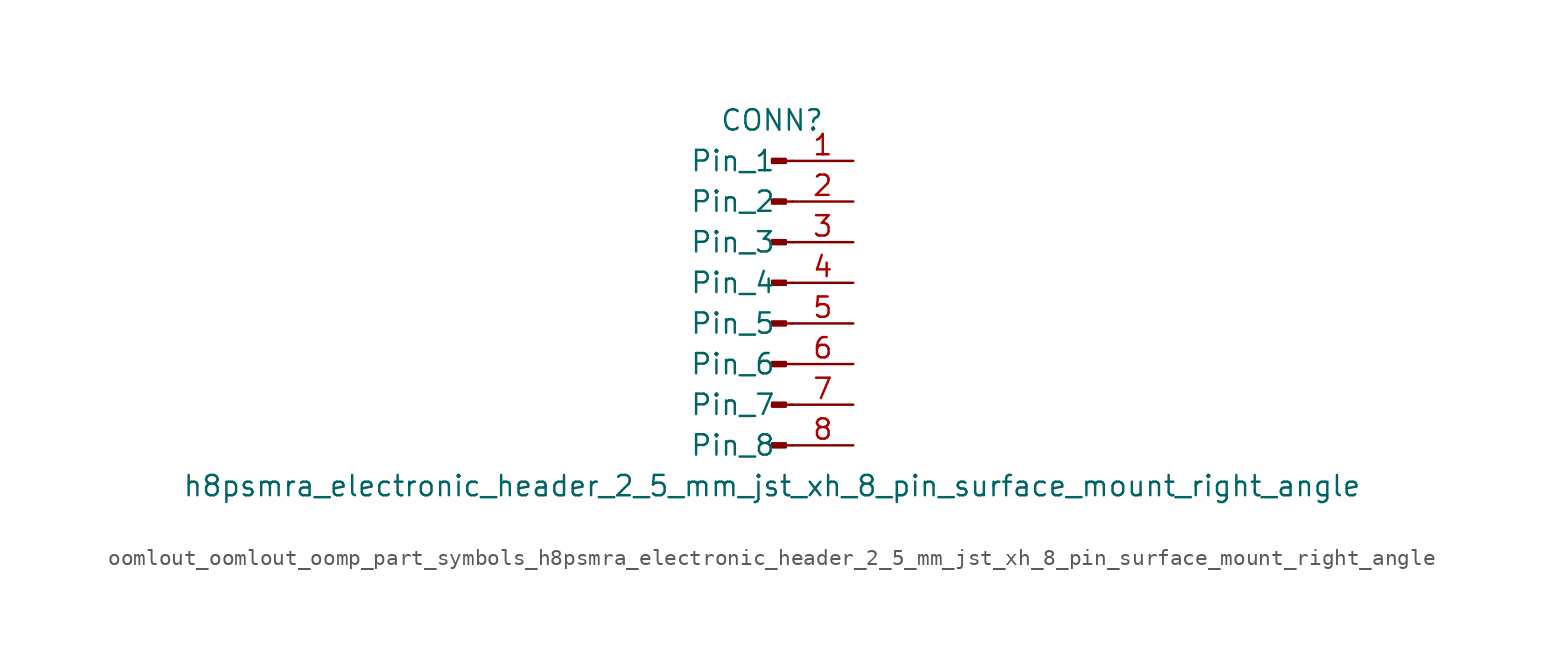
<source format=kicad_sym>
(kicad_symbol_lib
  (version 20220914)
  (generator kicad_symbol_editor)
  (symbol "oomlout_oomlout_oomp_part_symbols_h8psmra_electronic_header_2_5_mm_jst_xh_8_pin_surface_mount_right_angle"
    (pin_names
      (offset 1.016))
    (property "Reference" "CONN"
      (at 0 10.16 0)
      (effects (font (size 1.27 1.27))))
    (property "Value" "h8psmra_electronic_header_2_5_mm_jst_xh_8_pin_surface_mount_right_angle"
      (at 0 -12.7 0)
      (effects (font (size 1.27 1.27))))
    (property "ki_locked" ""
      (at 0 0 0)
      (effects (font (size 1.27 1.27))))
    (symbol "oomlout_oomlout_oomp_part_symbols_h8psmra_electronic_header_2_5_mm_jst_xh_8_pin_surface_mount_right_angle_1_1"
      (polyline (pts (xy 1.27 -10.16) (xy 0.864 -10.16)) (stroke (width 0.152) (type default)) (fill (type none)))
      (polyline (pts (xy 1.27 -7.62) (xy 0.864 -7.62)) (stroke (width 0.152) (type default)) (fill (type none)))
      (polyline (pts (xy 1.27 -5.08) (xy 0.864 -5.08)) (stroke (width 0.152) (type default)) (fill (type none)))
      (polyline (pts (xy 1.27 -2.54) (xy 0.864 -2.54)) (stroke (width 0.152) (type default)) (fill (type none)))
      (polyline (pts (xy 1.27 0) (xy 0.864 0)) (stroke (width 0.152) (type default)) (fill (type none)))
      (polyline (pts (xy 1.27 2.54) (xy 0.864 2.54)) (stroke (width 0.152) (type default)) (fill (type none)))
      (polyline (pts (xy 1.27 5.08) (xy 0.864 5.08)) (stroke (width 0.152) (type default)) (fill (type none)))
      (polyline (pts (xy 1.27 7.62) (xy 0.864 7.62)) (stroke (width 0.152) (type default)) (fill (type none)))
      (rectangle (start 0.864 -10.033) (end 0 -10.287) (stroke (width 0.152) (type default)) (fill (type outline)))
      (rectangle (start 0.864 -7.493) (end 0 -7.747) (stroke (width 0.152) (type default)) (fill (type outline)))
      (rectangle (start 0.864 -4.953) (end 0 -5.207) (stroke (width 0.152) (type default)) (fill (type outline)))
      (rectangle (start 0.864 -2.413) (end 0 -2.667) (stroke (width 0.152) (type default)) (fill (type outline)))
      (rectangle (start 0.864 0.127) (end 0 -0.127) (stroke (width 0.152) (type default)) (fill (type outline)))
      (rectangle (start 0.864 2.667) (end 0 2.413) (stroke (width 0.152) (type default)) (fill (type outline)))
      (rectangle (start 0.864 5.207) (end 0 4.953) (stroke (width 0.152) (type default)) (fill (type outline)))
      (rectangle (start 0.864 7.747) (end 0 7.493) (stroke (width 0.152) (type default)) (fill (type outline)))
      (pin passive line (at 5.08 7.62 180) (length 3.81) (name "Pin_1" (effects (font (size 1.27 1.27)))) (number "1" (effects (font (size 1.27 1.27)))))
      (pin passive line (at 5.08 5.08 180) (length 3.81) (name "Pin_2" (effects (font (size 1.27 1.27)))) (number "2" (effects (font (size 1.27 1.27)))))
      (pin passive line (at 5.08 2.54 180) (length 3.81) (name "Pin_3" (effects (font (size 1.27 1.27)))) (number "3" (effects (font (size 1.27 1.27)))))
      (pin passive line (at 5.08 0 180) (length 3.81) (name "Pin_4" (effects (font (size 1.27 1.27)))) (number "4" (effects (font (size 1.27 1.27)))))
      (pin passive line (at 5.08 -2.54 180) (length 3.81) (name "Pin_5" (effects (font (size 1.27 1.27)))) (number "5" (effects (font (size 1.27 1.27)))))
      (pin passive line (at 5.08 -5.08 180) (length 3.81) (name "Pin_6" (effects (font (size 1.27 1.27)))) (number "6" (effects (font (size 1.27 1.27)))))
      (pin passive line (at 5.08 -7.62 180) (length 3.81) (name "Pin_7" (effects (font (size 1.27 1.27)))) (number "7" (effects (font (size 1.27 1.27)))))
      (pin passive line (at 5.08 -10.16 180) (length 3.81) (name "Pin_8" (effects (font (size 1.27 1.27)))) (number "8" (effects (font (size 1.27 1.27))))))))
</source>
